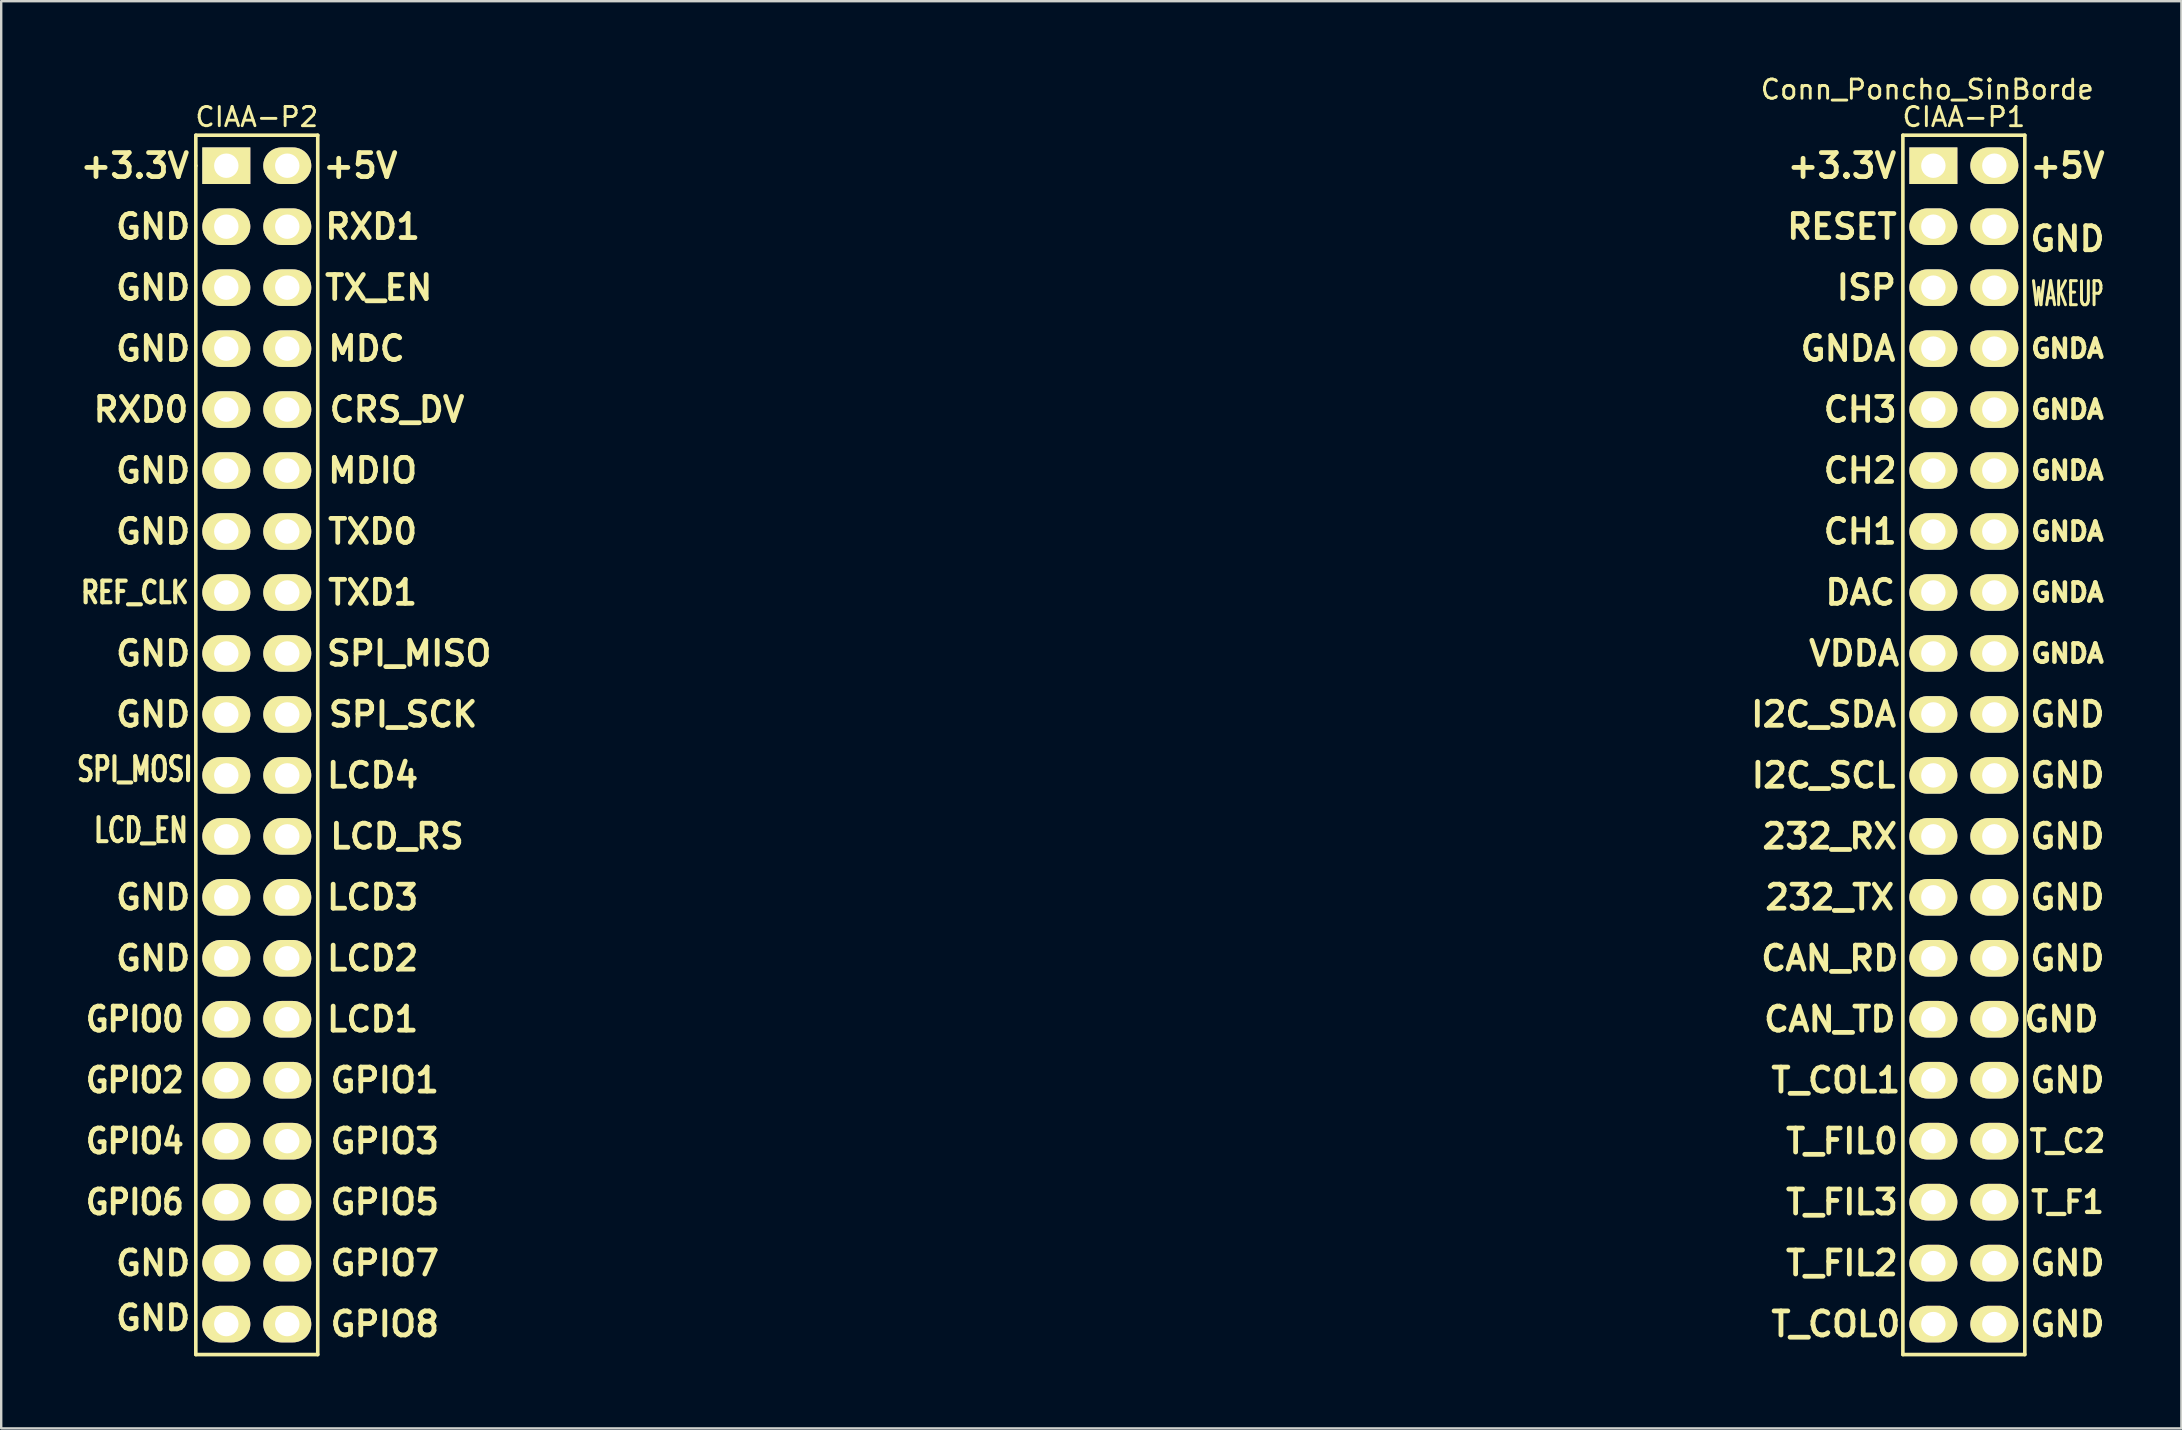
<source format=kicad_pcb>
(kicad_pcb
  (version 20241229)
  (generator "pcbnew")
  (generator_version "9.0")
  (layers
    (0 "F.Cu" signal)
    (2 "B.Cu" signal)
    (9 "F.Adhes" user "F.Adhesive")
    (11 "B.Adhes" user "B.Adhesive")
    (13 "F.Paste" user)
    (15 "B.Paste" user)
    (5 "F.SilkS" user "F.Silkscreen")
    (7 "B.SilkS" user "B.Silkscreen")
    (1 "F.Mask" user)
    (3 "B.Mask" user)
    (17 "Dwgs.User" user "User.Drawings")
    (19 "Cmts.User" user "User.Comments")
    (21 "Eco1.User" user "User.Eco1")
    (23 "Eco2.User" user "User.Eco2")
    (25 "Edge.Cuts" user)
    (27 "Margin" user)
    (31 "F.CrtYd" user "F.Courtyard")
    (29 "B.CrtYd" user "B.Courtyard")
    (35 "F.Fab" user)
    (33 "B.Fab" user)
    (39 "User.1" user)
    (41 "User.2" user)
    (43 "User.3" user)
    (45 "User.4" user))
  (footprint "Conn_Poncho_SinBorde"
    (layer "F.Cu")
    (at 77.498 3.854)
    (property "Reference" "Conn_Poncho_SinBorde" (at -0.254 -3.175 0) (layer "F.SilkS") (effects (font (size 0.8 0.8) (thickness 0.12))))
    (attr through_hole)
    (fp_line (start -72.39 -1.27) (end -67.31 -1.27) (stroke (width 0.15) (type solid)) (layer "F.SilkS"))
    (fp_line (start -72.39 0) (end -72.39 -1.27) (stroke (width 0.15) (type solid)) (layer "F.SilkS"))
    (fp_line (start -72.39 49.53) (end -72.39 0) (stroke (width 0.15) (type solid)) (layer "F.SilkS"))
    (fp_line (start -67.31 -1.27) (end -67.31 49.53) (stroke (width 0.15) (type solid)) (layer "F.SilkS"))
    (fp_line (start -67.31 49.53) (end -72.39 49.53) (stroke (width 0.15) (type solid)) (layer "F.SilkS"))
    (fp_line (start -1.27 49.53) (end -1.27 -1.27) (stroke (width 0.15) (type solid)) (layer "F.SilkS"))
    (fp_line (start 3.81 -1.27) (end -1.27 -1.27) (stroke (width 0.15) (type solid)) (layer "F.SilkS"))
    (fp_line (start 3.81 49.53) (end -1.27 49.53) (stroke (width 0.15) (type solid)) (layer "F.SilkS"))
    (fp_line (start 3.81 49.53) (end 3.81 -1.27) (stroke (width 0.15) (type solid)) (layer "F.SilkS"))
    (fp_text user "SPI_MOSI" (at -74.93 25.146 0) (layer "F.SilkS") (effects (font (size 1 0.7) (thickness 0.17))))
    (fp_text user "LCD_EN" (at -74.676 27.686 0) (layer "F.SilkS") (effects (font (size 1 0.7) (thickness 0.17))))
    (fp_text user "CAN_TD" (at -4.318 35.56 0) (layer "F.SilkS") (effects (font (size 1 1) (thickness 0.2))))
    (fp_text user "GND" (at 5.588 33.02 0) (layer "F.SilkS") (effects (font (size 1 1) (thickness 0.2))))
    (fp_text user "GND" (at -74.168 2.54 0) (layer "F.SilkS") (effects (font (size 1 1) (thickness 0.2))))
    (fp_text user "+5V" (at 5.588 0 0) (layer "F.SilkS") (effects (font (size 1 1) (thickness 0.2))))
    (fp_text user "DAC" (at -3.048 17.78 0) (layer "F.SilkS") (effects (font (size 1 1) (thickness 0.2))))
    (fp_text user "SPI_MISO" (at -63.5 20.32 0) (layer "F.SilkS") (effects (font (size 1 1) (thickness 0.2))))
    (fp_text user "GND" (at -74.168 22.86 0) (layer "F.SilkS") (effects (font (size 1 1) (thickness 0.2))))
    (fp_text user "GND" (at -74.168 7.62 0) (layer "F.SilkS") (effects (font (size 1 1) (thickness 0.2))))
    (fp_text user "I2C_SDA" (at -4.572 22.86 0) (layer "F.SilkS") (effects (font (size 1 1) (thickness 0.2))))
    (fp_text user "T_COL0" (at -4.064 48.26 0) (layer "F.SilkS") (effects (font (size 1 1) (thickness 0.2))))
    (fp_text user "GNDA" (at 5.588 12.7 0) (layer "F.SilkS") (effects (font (size 0.76 0.76) (thickness 0.19))))
    (fp_text user "GPIO0" (at -74.93 35.56 0) (layer "F.SilkS") (effects (font (size 1 0.9) (thickness 0.2))))
    (fp_text user "RESET" (at -3.81 2.54 0) (layer "F.SilkS") (effects (font (size 1 1) (thickness 0.2))))
    (fp_text user "T_FIL0" (at -3.81 40.64 0) (layer "F.SilkS") (effects (font (size 1 1) (thickness 0.2))))
    (fp_text user "GND" (at 5.588 22.86 0) (layer "F.SilkS") (effects (font (size 1 1) (thickness 0.2))))
    (fp_text user "GPIO7" (at -64.516 45.72 0) (layer "F.SilkS") (effects (font (size 1 1) (thickness 0.2))))
    (fp_text user "GND" (at 5.588 38.1 0) (layer "F.SilkS") (effects (font (size 1 1) (thickness 0.2))))
    (fp_text user "232_TX" (at -4.318 30.48 0) (layer "F.SilkS") (effects (font (size 1 1) (thickness 0.2))))
    (fp_text user "VDDA" (at -3.302 20.32 0) (layer "F.SilkS") (effects (font (size 1 1) (thickness 0.2))))
    (fp_text user "CIAA-P1" (at 1.27 -2.032 0) (layer "F.SilkS") (effects (font (size 0.8 0.8) (thickness 0.12))))
    (fp_text user "+3.3V" (at -3.81 0 0) (layer "F.SilkS") (effects (font (size 1 1) (thickness 0.2))))
    (fp_text user "TXD1" (at -65.024 17.78 0) (layer "F.SilkS") (effects (font (size 1 1) (thickness 0.2))))
    (fp_text user "CH2" (at -3.048 12.7 0) (layer "F.SilkS") (effects (font (size 1 1) (thickness 0.2))))
    (fp_text user "GND" (at -74.168 5.08 0) (layer "F.SilkS") (effects (font (size 1 1) (thickness 0.2))))
    (fp_text user "TX_EN" (at -64.77 5.08 0) (layer "F.SilkS") (effects (font (size 1 1) (thickness 0.2))))
    (fp_text user "T_F1" (at 5.588 43.18 0) (layer "F.SilkS") (effects (font (size 0.9 0.9) (thickness 0.18))))
    (fp_text user "232_RX" (at -4.318 27.94 0) (layer "F.SilkS") (effects (font (size 1 1) (thickness 0.2))))
    (fp_text user "+5V" (at -65.532 0 0) (layer "F.SilkS") (effects (font (size 1 1) (thickness 0.2))))
    (fp_text user "GND" (at -74.168 20.32 0) (layer "F.SilkS") (effects (font (size 1 1) (thickness 0.2))))
    (fp_text user "T_COL1" (at -4.064 38.1 0) (layer "F.SilkS") (effects (font (size 1 1) (thickness 0.2))))
    (fp_text user "CH1" (at -3.048 15.24 0) (layer "F.SilkS") (effects (font (size 1 1) (thickness 0.2))))
    (fp_text user "GND" (at 5.588 27.94 0) (layer "F.SilkS") (effects (font (size 1 1) (thickness 0.2))))
    (fp_text user "+3.3V" (at -74.93 0 0) (layer "F.SilkS") (effects (font (size 1 1) (thickness 0.2))))
    (fp_text user "GNDA" (at 5.588 20.32 0) (layer "F.SilkS") (effects (font (size 0.76 0.76) (thickness 0.19))))
    (fp_text user "CAN_RD" (at -4.318 33.02 0) (layer "F.SilkS") (effects (font (size 1 1) (thickness 0.2))))
    (fp_text user "LCD_RS" (at -64.008 27.94 0) (layer "F.SilkS") (effects (font (size 1 1) (thickness 0.2))))
    (fp_text user "MDIO" (at -65.024 12.7 0) (layer "F.SilkS") (effects (font (size 1 1) (thickness 0.2))))
    (fp_text user "GPIO6" (at -74.93 43.18 0) (layer "F.SilkS") (effects (font (size 1 0.9) (thickness 0.2))))
    (fp_text user "GNDA" (at 5.588 7.62 0) (layer "F.SilkS") (effects (font (size 0.76 0.76) (thickness 0.19))))
    (fp_text user "REF_CLK" (at -74.93 17.78 0) (layer "F.SilkS") (effects (font (size 0.9 0.7) (thickness 0.175))))
    (fp_text user "GND" (at 5.588 48.26 0) (layer "F.SilkS") (effects (font (size 1 1) (thickness 0.2))))
    (fp_text user "RXD0" (at -74.676 10.16 0) (layer "F.SilkS") (effects (font (size 1 1) (thickness 0.2))))
    (fp_text user "GND" (at -74.168 48.006 0) (layer "F.SilkS") (effects (font (size 1 1) (thickness 0.2))))
    (fp_text user "GND" (at 5.588 30.48 0) (layer "F.SilkS") (effects (font (size 1 1) (thickness 0.2))))
    (fp_text user "ISP" (at -2.794 5.08 0) (layer "F.SilkS") (effects (font (size 1 1) (thickness 0.2))))
    (fp_text user "GPIO5" (at -64.516 43.18 0) (layer "F.SilkS") (effects (font (size 1 1) (thickness 0.2))))
    (fp_text user "GPIO3" (at -64.516 40.64 0) (layer "F.SilkS") (effects (font (size 1 1) (thickness 0.2))))
    (fp_text user "GNDA" (at -3.556 7.62 0) (layer "F.SilkS") (effects (font (size 1 1) (thickness 0.2))))
    (fp_text user "LCD3" (at -65.024 30.48 0) (layer "F.SilkS") (effects (font (size 1 1) (thickness 0.2))))
    (fp_text user "RXD1" (at -65.024 2.54 0) (layer "F.SilkS") (effects (font (size 1 1) (thickness 0.2))))
    (fp_text user "I2C_SCL" (at -4.572 25.4 0) (layer "F.SilkS") (effects (font (size 1 1) (thickness 0.2))))
    (fp_text user "GNDA" (at 5.588 17.78 0) (layer "F.SilkS") (effects (font (size 0.76 0.76) (thickness 0.19))))
    (fp_text user "GND" (at -74.168 30.48 0) (layer "F.SilkS") (effects (font (size 1 1) (thickness 0.2))))
    (fp_text user "GNDA" (at 5.588 10.16 0) (layer "F.SilkS") (effects (font (size 0.76 0.76) (thickness 0.19))))
    (fp_text user "WAKEUP" (at 5.588 5.334 0) (layer "F.SilkS") (effects (font (size 1 0.5) (thickness 0.125))))
    (fp_text user "GND" (at 5.588 45.72 0) (layer "F.SilkS") (effects (font (size 1 1) (thickness 0.2))))
    (fp_text user "T_C2" (at 5.588 40.64 0) (layer "F.SilkS") (effects (font (size 0.9 0.9) (thickness 0.18))))
    (fp_text user "T_FIL2" (at -3.81 45.72 0) (layer "F.SilkS") (effects (font (size 1 1) (thickness 0.2))))
    (fp_text user "GND" (at -74.168 12.7 0) (layer "F.SilkS") (effects (font (size 1 1) (thickness 0.2))))
    (fp_text user "GND" (at -74.168 15.24 0) (layer "F.SilkS") (effects (font (size 1 1) (thickness 0.2))))
    (fp_text user "SPI_SCK" (at -63.754 22.86 0) (layer "F.SilkS") (effects (font (size 1 1) (thickness 0.2))))
    (fp_text user "GPIO8" (at -64.516 48.26 0) (layer "F.SilkS") (effects (font (size 1 1) (thickness 0.2))))
    (fp_text user "GNDA" (at 5.588 15.24 0) (layer "F.SilkS") (effects (font (size 0.76 0.76) (thickness 0.19))))
    (fp_text user "GPIO1" (at -64.516 38.1 0) (layer "F.SilkS") (effects (font (size 1 1) (thickness 0.2))))
    (fp_text user "CRS_DV" (at -64.008 10.16 0) (layer "F.SilkS") (effects (font (size 1 1) (thickness 0.2))))
    (fp_text user "GND" (at 5.334 35.56 0) (layer "F.SilkS") (effects (font (size 1 1) (thickness 0.2))))
    (fp_text user "GPIO4" (at -74.93 40.64 0) (layer "F.SilkS") (effects (font (size 1 0.9) (thickness 0.2))))
    (fp_text user "LCD2" (at -65.024 33.02 0) (layer "F.SilkS") (effects (font (size 1 1) (thickness 0.2))))
    (fp_text user "GPIO2" (at -74.93 38.1 0) (layer "F.SilkS") (effects (font (size 1 0.9) (thickness 0.2))))
    (fp_text user "GND" (at 5.588 25.4 0) (layer "F.SilkS") (effects (font (size 1 1) (thickness 0.2))))
    (fp_text user "GND" (at 5.588 3.048 0) (layer "F.SilkS") (effects (font (size 1 1) (thickness 0.2))))
    (fp_text user "GND" (at -74.168 45.72 0) (layer "F.SilkS") (effects (font (size 1 1) (thickness 0.2))))
    (fp_text user "MDC" (at -65.278 7.62 0) (layer "F.SilkS") (effects (font (size 1 1) (thickness 0.2))))
    (fp_text user "LCD1" (at -65.024 35.56 0) (layer "F.SilkS") (effects (font (size 1 1) (thickness 0.2))))
    (fp_text user "TXD0" (at -65.024 15.24 0) (layer "F.SilkS") (effects (font (size 1 1) (thickness 0.2))))
    (fp_text user "CIAA-P2" (at -69.85 -2.032 0) (layer "F.SilkS") (effects (font (size 0.8 0.8) (thickness 0.12))))
    (fp_text user "GND" (at -74.168 33.02 0) (layer "F.SilkS") (effects (font (size 1 1) (thickness 0.2))))
    (fp_text user "LCD4" (at -65.024 25.4 0) (layer "F.SilkS") (effects (font (size 1 1) (thickness 0.2))))
    (fp_text user "CH3" (at -3.048 10.16 0) (layer "F.SilkS") (effects (font (size 1 1) (thickness 0.2))))
    (fp_text user "T_FIL3" (at -3.81 43.18 0) (layer "F.SilkS") (effects (font (size 1 1) (thickness 0.2))))
    (pad "1" thru_hole rect (at 0 0 270) (size 1.524 2) (drill 1.016) (layers "*.Cu" "*.Mask" "F.SilkS"))
    (pad "2" thru_hole oval (at 2.54 0 270) (size 1.524 2) (drill 1.016) (layers "*.Cu" "*.Mask" "F.SilkS"))
    (pad "3" thru_hole oval (at 0 2.54 270) (size 1.524 2) (drill 1.016) (layers "*.Cu" "*.Mask" "F.SilkS"))
    (pad "4" thru_hole oval (at 2.54 2.54 270) (size 1.524 2) (drill 1.016) (layers "*.Cu" "*.Mask" "F.SilkS"))
    (pad "5" thru_hole oval (at 0 5.08 270) (size 1.524 2) (drill 1.016) (layers "*.Cu" "*.Mask" "F.SilkS"))
    (pad "6" thru_hole oval (at 2.54 5.08 270) (size 1.524 2) (drill 1.016) (layers "*.Cu" "*.Mask" "F.SilkS"))
    (pad "7" thru_hole oval (at 0 7.62 270) (size 1.524 2) (drill 1.016) (layers "*.Cu" "*.Mask" "F.SilkS"))
    (pad "8" thru_hole oval (at 2.54 7.62 270) (size 1.524 2) (drill 1.016) (layers "*.Cu" "*.Mask" "F.SilkS"))
    (pad "9" thru_hole oval (at 0 10.16 270) (size 1.524 2) (drill 1.016) (layers "*.Cu" "*.Mask" "F.SilkS"))
    (pad "10" thru_hole oval (at 2.54 10.16 270) (size 1.524 2) (drill 1.016) (layers "*.Cu" "*.Mask" "F.SilkS"))
    (pad "11" thru_hole oval (at 0 12.7 270) (size 1.524 2) (drill 1.016) (layers "*.Cu" "*.Mask" "F.SilkS"))
    (pad "12" thru_hole oval (at 2.54 12.7 270) (size 1.524 2) (drill 1.016) (layers "*.Cu" "*.Mask" "F.SilkS"))
    (pad "13" thru_hole oval (at 0 15.24 270) (size 1.524 2) (drill 1.016) (layers "*.Cu" "*.Mask" "F.SilkS"))
    (pad "14" thru_hole oval (at 2.54 15.24 270) (size 1.524 2) (drill 1.016) (layers "*.Cu" "*.Mask" "F.SilkS"))
    (pad "15" thru_hole oval (at 0 17.78 270) (size 1.524 2) (drill 1.016) (layers "*.Cu" "*.Mask" "F.SilkS"))
    (pad "16" thru_hole oval (at 2.54 17.78 270) (size 1.524 2) (drill 1.016) (layers "*.Cu" "*.Mask" "F.SilkS"))
    (pad "17" thru_hole oval (at 0 20.32 270) (size 1.524 2) (drill 1.016) (layers "*.Cu" "*.Mask" "F.SilkS"))
    (pad "18" thru_hole oval (at 2.54 20.32 270) (size 1.524 2) (drill 1.016) (layers "*.Cu" "*.Mask" "F.SilkS"))
    (pad "19" thru_hole oval (at 0 22.86 270) (size 1.524 2) (drill 1.016) (layers "*.Cu" "*.Mask" "F.SilkS"))
    (pad "20" thru_hole oval (at 2.54 22.86 270) (size 1.524 2) (drill 1.016) (layers "*.Cu" "*.Mask" "F.SilkS"))
    (pad "21" thru_hole oval (at 0 25.4 270) (size 1.524 2) (drill 1.016) (layers "*.Cu" "*.Mask" "F.SilkS"))
    (pad "22" thru_hole oval (at 2.54 25.4 270) (size 1.524 2) (drill 1.016) (layers "*.Cu" "*.Mask" "F.SilkS"))
    (pad "23" thru_hole oval (at 0 27.94 270) (size 1.524 2) (drill 1.016) (layers "*.Cu" "*.Mask" "F.SilkS"))
    (pad "24" thru_hole oval (at 2.54 27.94 270) (size 1.524 2) (drill 1.016) (layers "*.Cu" "*.Mask" "F.SilkS"))
    (pad "25" thru_hole oval (at 0 30.48 270) (size 1.524 2) (drill 1.016) (layers "*.Cu" "*.Mask" "F.SilkS"))
    (pad "26" thru_hole oval (at 2.54 30.48 270) (size 1.524 2) (drill 1.016) (layers "*.Cu" "*.Mask" "F.SilkS"))
    (pad "27" thru_hole oval (at 0 33.02 270) (size 1.524 2) (drill 1.016) (layers "*.Cu" "*.Mask" "F.SilkS"))
    (pad "28" thru_hole oval (at 2.54 33.02 270) (size 1.524 2) (drill 1.016) (layers "*.Cu" "*.Mask" "F.SilkS"))
    (pad "29" thru_hole oval (at 0 35.56 270) (size 1.524 2) (drill 1.016) (layers "*.Cu" "*.Mask" "F.SilkS"))
    (pad "30" thru_hole oval (at 2.54 35.56 270) (size 1.524 2) (drill 1.016) (layers "*.Cu" "*.Mask" "F.SilkS"))
    (pad "31" thru_hole oval (at 0 38.1 270) (size 1.524 2) (drill 1.016) (layers "*.Cu" "*.Mask" "F.SilkS"))
    (pad "32" thru_hole oval (at 2.54 38.1 270) (size 1.524 2) (drill 1.016) (layers "*.Cu" "*.Mask" "F.SilkS"))
    (pad "33" thru_hole oval (at 0 40.64 270) (size 1.524 2) (drill 1.016) (layers "*.Cu" "*.Mask" "F.SilkS"))
    (pad "34" thru_hole oval (at 2.54 40.64 270) (size 1.524 2) (drill 1.016) (layers "*.Cu" "*.Mask" "F.SilkS"))
    (pad "35" thru_hole oval (at 0 43.18 270) (size 1.524 2) (drill 1.016) (layers "*.Cu" "*.Mask" "F.SilkS"))
    (pad "36" thru_hole oval (at 2.54 43.18 270) (size 1.524 2) (drill 1.016) (layers "*.Cu" "*.Mask" "F.SilkS"))
    (pad "37" thru_hole oval (at 0 45.72 270) (size 1.524 2) (drill 1.016) (layers "*.Cu" "*.Mask" "F.SilkS"))
    (pad "38" thru_hole oval (at 2.54 45.72 270) (size 1.524 2) (drill 1.016) (layers "*.Cu" "*.Mask" "F.SilkS"))
    (pad "39" thru_hole oval (at 0 48.26 270) (size 1.524 2) (drill 1.016) (layers "*.Cu" "*.Mask" "F.SilkS"))
    (pad "40" thru_hole oval (at 2.54 48.26 270) (size 1.524 2) (drill 1.016) (layers "*.Cu" "*.Mask" "F.SilkS"))
    (pad "41" thru_hole rect (at -71.12 0 270) (size 1.524 2) (drill 1.016) (layers "*.Cu" "*.Mask" "F.SilkS"))
    (pad "42" thru_hole oval (at -68.58 0 270) (size 1.524 2) (drill 1.016) (layers "*.Cu" "*.Mask" "F.SilkS"))
    (pad "43" thru_hole oval (at -71.12 2.54 270) (size 1.524 2) (drill 1.016) (layers "*.Cu" "*.Mask" "F.SilkS"))
    (pad "44" thru_hole oval (at -68.58 2.54 270) (size 1.524 2) (drill 1.016) (layers "*.Cu" "*.Mask" "F.SilkS"))
    (pad "45" thru_hole oval (at -71.12 5.08 270) (size 1.524 2) (drill 1.016) (layers "*.Cu" "*.Mask" "F.SilkS"))
    (pad "46" thru_hole oval (at -68.58 5.08 270) (size 1.524 2) (drill 1.016) (layers "*.Cu" "*.Mask" "F.SilkS"))
    (pad "47" thru_hole oval (at -71.12 7.62 270) (size 1.524 2) (drill 1.016) (layers "*.Cu" "*.Mask" "F.SilkS"))
    (pad "48" thru_hole oval (at -68.58 7.62 270) (size 1.524 2) (drill 1.016) (layers "*.Cu" "*.Mask" "F.SilkS"))
    (pad "49" thru_hole oval (at -71.12 10.16 270) (size 1.524 2) (drill 1.016) (layers "*.Cu" "*.Mask" "F.SilkS"))
    (pad "50" thru_hole oval (at -68.58 10.16 270) (size 1.524 2) (drill 1.016) (layers "*.Cu" "*.Mask" "F.SilkS"))
    (pad "51" thru_hole oval (at -71.12 12.7 270) (size 1.524 2) (drill 1.016) (layers "*.Cu" "*.Mask" "F.SilkS"))
    (pad "52" thru_hole oval (at -68.58 12.7 270) (size 1.524 2) (drill 1.016) (layers "*.Cu" "*.Mask" "F.SilkS"))
    (pad "53" thru_hole oval (at -71.12 15.24 270) (size 1.524 2) (drill 1.016) (layers "*.Cu" "*.Mask" "F.SilkS"))
    (pad "54" thru_hole oval (at -68.58 15.24 270) (size 1.524 2) (drill 1.016) (layers "*.Cu" "*.Mask" "F.SilkS"))
    (pad "55" thru_hole oval (at -71.12 17.78 270) (size 1.524 2) (drill 1.016) (layers "*.Cu" "*.Mask" "F.SilkS"))
    (pad "56" thru_hole oval (at -68.58 17.78 270) (size 1.524 2) (drill 1.016) (layers "*.Cu" "*.Mask" "F.SilkS"))
    (pad "57" thru_hole oval (at -71.12 20.32 270) (size 1.524 2) (drill 1.016) (layers "*.Cu" "*.Mask" "F.SilkS"))
    (pad "58" thru_hole oval (at -68.58 20.32 270) (size 1.524 2) (drill 1.016) (layers "*.Cu" "*.Mask" "F.SilkS"))
    (pad "59" thru_hole oval (at -71.12 22.86 270) (size 1.524 2) (drill 1.016) (layers "*.Cu" "*.Mask" "F.SilkS"))
    (pad "60" thru_hole oval (at -68.58 22.86 270) (size 1.524 2) (drill 1.016) (layers "*.Cu" "*.Mask" "F.SilkS"))
    (pad "61" thru_hole oval (at -71.12 25.4 270) (size 1.524 2) (drill 1.016) (layers "*.Cu" "*.Mask" "F.SilkS"))
    (pad "62" thru_hole oval (at -68.58 25.4 270) (size 1.524 2) (drill 1.016) (layers "*.Cu" "*.Mask" "F.SilkS"))
    (pad "63" thru_hole oval (at -71.12 27.94 270) (size 1.524 2) (drill 1.016) (layers "*.Cu" "*.Mask" "F.SilkS"))
    (pad "64" thru_hole oval (at -68.58 27.94 270) (size 1.524 2) (drill 1.016) (layers "*.Cu" "*.Mask" "F.SilkS"))
    (pad "65" thru_hole oval (at -71.12 30.48 270) (size 1.524 2) (drill 1.016) (layers "*.Cu" "*.Mask" "F.SilkS"))
    (pad "66" thru_hole oval (at -68.58 30.48 270) (size 1.524 2) (drill 1.016) (layers "*.Cu" "*.Mask" "F.SilkS"))
    (pad "67" thru_hole oval (at -71.12 33.02 270) (size 1.524 2) (drill 1.016) (layers "*.Cu" "*.Mask" "F.SilkS"))
    (pad "68" thru_hole oval (at -68.58 33.02 270) (size 1.524 2) (drill 1.016) (layers "*.Cu" "*.Mask" "F.SilkS"))
    (pad "69" thru_hole oval (at -71.12 35.56 270) (size 1.524 2) (drill 1.016) (layers "*.Cu" "*.Mask" "F.SilkS"))
    (pad "70" thru_hole oval (at -68.58 35.56 270) (size 1.524 2) (drill 1.016) (layers "*.Cu" "*.Mask" "F.SilkS"))
    (pad "71" thru_hole oval (at -71.12 38.1 270) (size 1.524 2) (drill 1.016) (layers "*.Cu" "*.Mask" "F.SilkS"))
    (pad "72" thru_hole oval (at -68.58 38.1 270) (size 1.524 2) (drill 1.016) (layers "*.Cu" "*.Mask" "F.SilkS"))
    (pad "73" thru_hole oval (at -71.12 40.64 270) (size 1.524 2) (drill 1.016) (layers "*.Cu" "*.Mask" "F.SilkS"))
    (pad "74" thru_hole oval (at -68.58 40.64 270) (size 1.524 2) (drill 1.016) (layers "*.Cu" "*.Mask" "F.SilkS"))
    (pad "75" thru_hole oval (at -71.12 43.18 270) (size 1.524 2) (drill 1.016) (layers "*.Cu" "*.Mask" "F.SilkS"))
    (pad "76" thru_hole oval (at -68.58 43.18 270) (size 1.524 2) (drill 1.016) (layers "*.Cu" "*.Mask" "F.SilkS"))
    (pad "77" thru_hole oval (at -71.12 45.72 270) (size 1.524 2) (drill 1.016) (layers "*.Cu" "*.Mask" "F.SilkS"))
    (pad "78" thru_hole oval (at -68.58 45.72 270) (size 1.524 2) (drill 1.016) (layers "*.Cu" "*.Mask" "F.SilkS"))
    (pad "79" thru_hole oval (at -71.12 48.26 270) (size 1.524 2) (drill 1.016) (layers "*.Cu" "*.Mask" "F.SilkS"))
    (pad "80" thru_hole oval (at -68.58 48.26 270) (size 1.524 2) (drill 1.016) (layers "*.Cu" "*.Mask" "F.SilkS")))
  (gr_rect
    (start -3 -3)
    (end 87.831 56.459)
    (stroke (width 0.1) (type default))
    (fill no)
    (layer "Edge.Cuts")))
</source>
